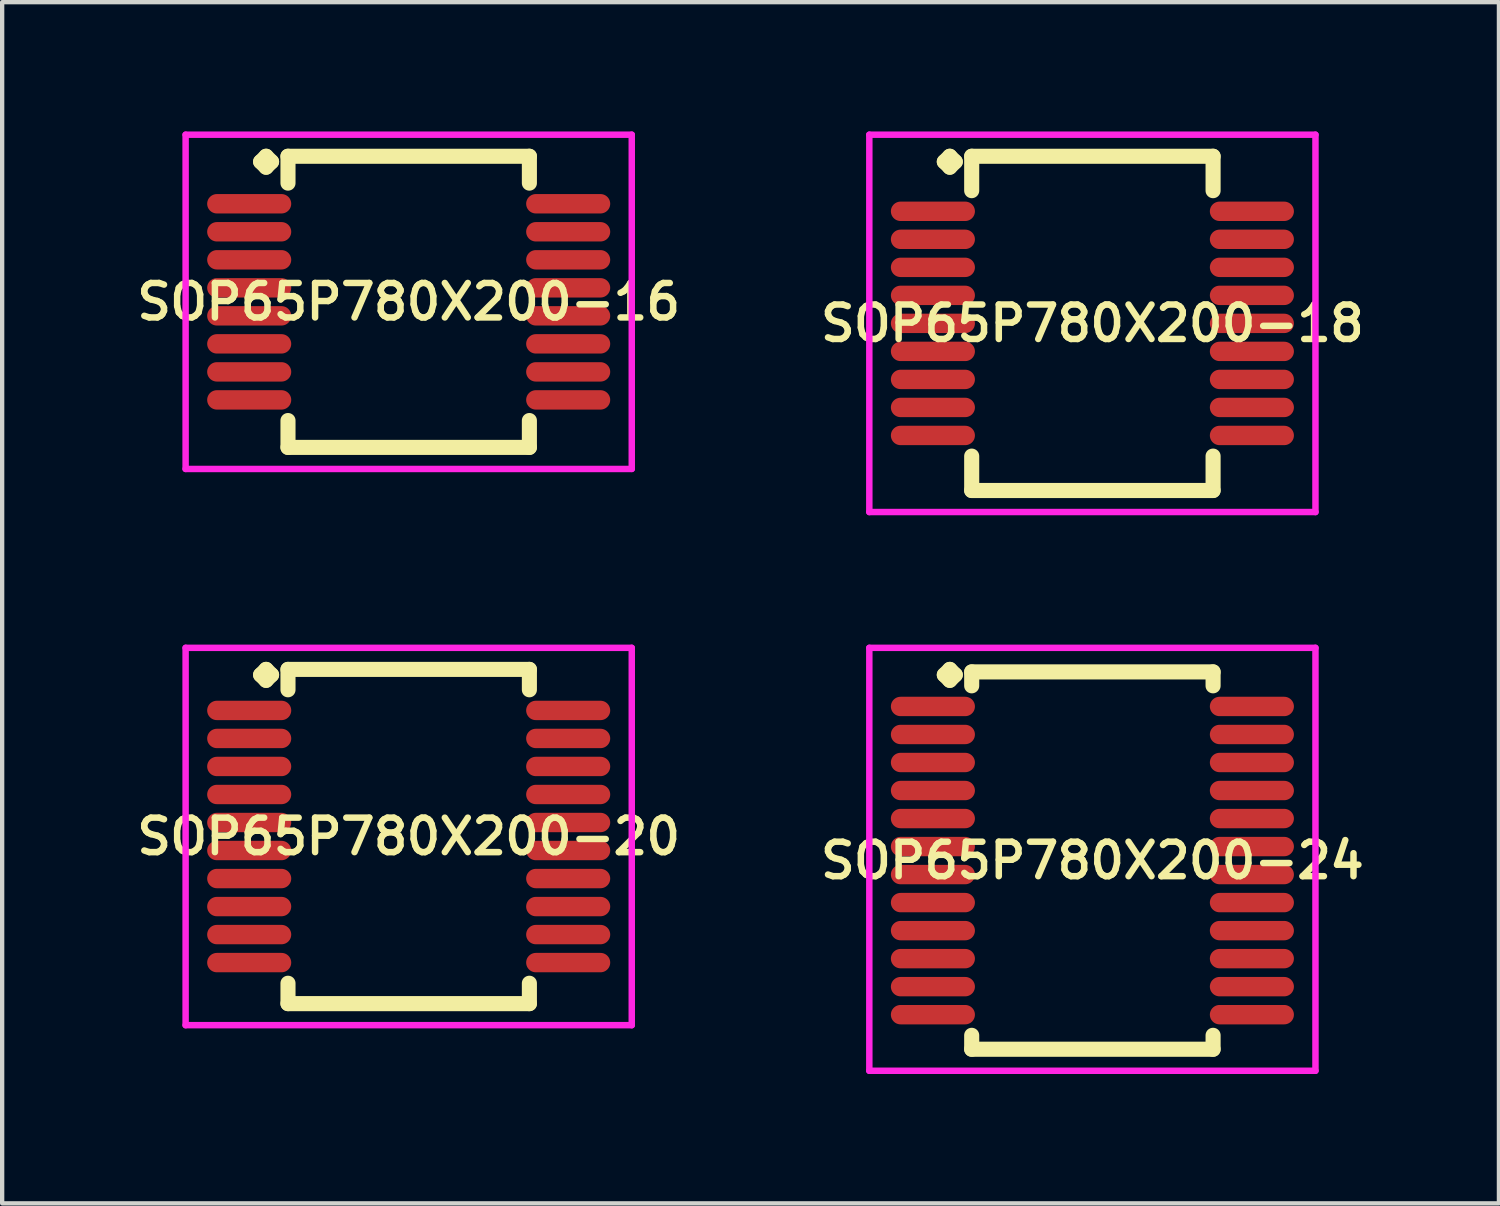
<source format=kicad_pcb>
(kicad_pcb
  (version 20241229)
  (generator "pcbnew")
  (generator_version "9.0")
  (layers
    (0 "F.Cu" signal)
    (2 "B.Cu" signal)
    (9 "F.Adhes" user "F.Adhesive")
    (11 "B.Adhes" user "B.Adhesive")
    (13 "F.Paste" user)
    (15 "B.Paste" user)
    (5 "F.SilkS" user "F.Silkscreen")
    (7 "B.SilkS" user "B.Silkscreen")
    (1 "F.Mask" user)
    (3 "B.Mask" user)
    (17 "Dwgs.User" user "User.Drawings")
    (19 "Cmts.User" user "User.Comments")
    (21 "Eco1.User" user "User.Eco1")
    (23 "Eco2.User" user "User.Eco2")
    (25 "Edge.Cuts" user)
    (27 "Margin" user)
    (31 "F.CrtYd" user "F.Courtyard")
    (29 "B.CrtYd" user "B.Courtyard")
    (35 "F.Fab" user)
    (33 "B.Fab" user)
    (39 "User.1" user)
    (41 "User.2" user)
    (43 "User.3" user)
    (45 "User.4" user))
  (footprint "SOP65P780X200-16"
    (layer "F.Cu")
    (at 6.431 3.952)
    (property "Reference" "SOP65P780X200-16" (at 0 0 0) (layer "F.SilkS") (effects (font (size 0.8 0.8) (thickness 0.15))))
    (attr through_hole)
    (fp_line (start -3.435 -3.25) (end -3.308 -3.377) (stroke (width 0.35) (type solid)) (layer "F.SilkS"))
    (fp_line (start -3.308 -3.377) (end -3.181 -3.25) (stroke (width 0.35) (type solid)) (layer "F.SilkS"))
    (fp_line (start -3.308 -3.123) (end -3.435 -3.25) (stroke (width 0.35) (type solid)) (layer "F.SilkS"))
    (fp_line (start -3.181 -3.25) (end -3.308 -3.123) (stroke (width 0.35) (type solid)) (layer "F.SilkS"))
    (fp_line (start -2.8 -3.377) (end 2.8 -3.377) (stroke (width 0.35) (type solid)) (layer "F.SilkS"))
    (fp_line (start -2.8 -2.754) (end -2.8 -3.377) (stroke (width 0.35) (type solid)) (layer "F.SilkS"))
    (fp_line (start -2.8 2.754) (end -2.8 3.377) (stroke (width 0.35) (type solid)) (layer "F.SilkS"))
    (fp_line (start -2.8 3.377) (end 2.8 3.377) (stroke (width 0.35) (type solid)) (layer "F.SilkS"))
    (fp_line (start 2.8 -3.377) (end 2.8 -2.754) (stroke (width 0.35) (type solid)) (layer "F.SilkS"))
    (fp_line (start 2.8 3.377) (end 2.8 2.754) (stroke (width 0.35) (type solid)) (layer "F.SilkS"))
    (fp_line (start -5.175 -3.877) (end 5.175 -3.877) (stroke (width 0.15) (type solid)) (layer "F.CrtYd"))
    (fp_line (start -5.175 3.877) (end -5.175 -3.877) (stroke (width 0.15) (type solid)) (layer "F.CrtYd"))
    (fp_line (start 5.175 -3.877) (end 5.175 3.877) (stroke (width 0.15) (type solid)) (layer "F.CrtYd"))
    (fp_line (start 5.175 3.877) (end -5.175 3.877) (stroke (width 0.15) (type solid)) (layer "F.CrtYd"))
    (pad "1" smd oval (at -3.7 -2.275) (size 1.95 0.45) (layers "F.Cu" "F.Mask" "F.Paste"))
    (pad "2" smd oval (at -3.7 -1.625) (size 1.95 0.45) (layers "F.Cu" "F.Mask" "F.Paste"))
    (pad "3" smd oval (at -3.7 -0.975) (size 1.95 0.45) (layers "F.Cu" "F.Mask" "F.Paste"))
    (pad "4" smd oval (at -3.7 -0.325) (size 1.95 0.45) (layers "F.Cu" "F.Mask" "F.Paste"))
    (pad "5" smd oval (at -3.7 0.325) (size 1.95 0.45) (layers "F.Cu" "F.Mask" "F.Paste"))
    (pad "6" smd oval (at -3.7 0.975) (size 1.95 0.45) (layers "F.Cu" "F.Mask" "F.Paste"))
    (pad "7" smd oval (at -3.7 1.625) (size 1.95 0.45) (layers "F.Cu" "F.Mask" "F.Paste"))
    (pad "8" smd oval (at -3.7 2.275) (size 1.95 0.45) (layers "F.Cu" "F.Mask" "F.Paste"))
    (pad "9" smd oval (at 3.7 2.275) (size 1.95 0.45) (layers "F.Cu" "F.Mask" "F.Paste"))
    (pad "10" smd oval (at 3.7 1.625) (size 1.95 0.45) (layers "F.Cu" "F.Mask" "F.Paste"))
    (pad "11" smd oval (at 3.7 0.975) (size 1.95 0.45) (layers "F.Cu" "F.Mask" "F.Paste"))
    (pad "12" smd oval (at 3.7 0.325) (size 1.95 0.45) (layers "F.Cu" "F.Mask" "F.Paste"))
    (pad "13" smd oval (at 3.7 -0.325) (size 1.95 0.45) (layers "F.Cu" "F.Mask" "F.Paste"))
    (pad "14" smd oval (at 3.7 -0.975) (size 1.95 0.45) (layers "F.Cu" "F.Mask" "F.Paste"))
    (pad "15" smd oval (at 3.7 -1.625) (size 1.95 0.45) (layers "F.Cu" "F.Mask" "F.Paste"))
    (pad "16" smd oval (at 3.7 -2.275) (size 1.95 0.45) (layers "F.Cu" "F.Mask" "F.Paste")))
  (footprint "SOP65P780X200-18"
    (layer "F.Cu")
    (at 22.292 4.452)
    (property "Reference" "SOP65P780X200-18" (at 0 0 0) (layer "F.SilkS") (effects (font (size 0.8 0.8) (thickness 0.15))))
    (attr smd)
    (fp_line (start -3.435 -3.75) (end -3.308 -3.877) (stroke (width 0.35) (type solid)) (layer "F.SilkS"))
    (fp_line (start -3.308 -3.877) (end -3.181 -3.75) (stroke (width 0.35) (type solid)) (layer "F.SilkS"))
    (fp_line (start -3.308 -3.623) (end -3.435 -3.75) (stroke (width 0.35) (type solid)) (layer "F.SilkS"))
    (fp_line (start -3.181 -3.75) (end -3.308 -3.623) (stroke (width 0.35) (type solid)) (layer "F.SilkS"))
    (fp_line (start -2.8 -3.877) (end 2.8 -3.877) (stroke (width 0.35) (type solid)) (layer "F.SilkS"))
    (fp_line (start -2.8 -3.079) (end -2.8 -3.877) (stroke (width 0.35) (type solid)) (layer "F.SilkS"))
    (fp_line (start -2.8 3.079) (end -2.8 3.877) (stroke (width 0.35) (type solid)) (layer "F.SilkS"))
    (fp_line (start -2.8 3.877) (end 2.8 3.877) (stroke (width 0.35) (type solid)) (layer "F.SilkS"))
    (fp_line (start 2.8 -3.877) (end 2.8 -3.079) (stroke (width 0.35) (type solid)) (layer "F.SilkS"))
    (fp_line (start 2.8 3.877) (end 2.8 3.079) (stroke (width 0.35) (type solid)) (layer "F.SilkS"))
    (fp_line (start -5.175 -4.377) (end 5.175 -4.377) (stroke (width 0.15) (type solid)) (layer "F.CrtYd"))
    (fp_line (start -5.175 4.377) (end -5.175 -4.377) (stroke (width 0.15) (type solid)) (layer "F.CrtYd"))
    (fp_line (start 5.175 -4.377) (end 5.175 4.377) (stroke (width 0.15) (type solid)) (layer "F.CrtYd"))
    (fp_line (start 5.175 4.377) (end -5.175 4.377) (stroke (width 0.15) (type solid)) (layer "F.CrtYd"))
    (pad "1" smd oval (at -3.7 -2.6) (size 1.95 0.45) (layers "F.Cu" "F.Mask" "F.Paste"))
    (pad "2" smd oval (at -3.7 -1.95) (size 1.95 0.45) (layers "F.Cu" "F.Mask" "F.Paste"))
    (pad "3" smd oval (at -3.7 -1.3) (size 1.95 0.45) (layers "F.Cu" "F.Mask" "F.Paste"))
    (pad "4" smd oval (at -3.7 -0.65) (size 1.95 0.45) (layers "F.Cu" "F.Mask" "F.Paste"))
    (pad "5" smd oval (at -3.7 0) (size 1.95 0.45) (layers "F.Cu" "F.Mask" "F.Paste"))
    (pad "6" smd oval (at -3.7 0.65) (size 1.95 0.45) (layers "F.Cu" "F.Mask" "F.Paste"))
    (pad "7" smd oval (at -3.7 1.3) (size 1.95 0.45) (layers "F.Cu" "F.Mask" "F.Paste"))
    (pad "8" smd oval (at -3.7 1.95) (size 1.95 0.45) (layers "F.Cu" "F.Mask" "F.Paste"))
    (pad "9" smd oval (at -3.7 2.6) (size 1.95 0.45) (layers "F.Cu" "F.Mask" "F.Paste"))
    (pad "10" smd oval (at 3.7 2.6) (size 1.95 0.45) (layers "F.Cu" "F.Mask" "F.Paste"))
    (pad "11" smd oval (at 3.7 1.95) (size 1.95 0.45) (layers "F.Cu" "F.Mask" "F.Paste"))
    (pad "12" smd oval (at 3.7 1.3) (size 1.95 0.45) (layers "F.Cu" "F.Mask" "F.Paste"))
    (pad "13" smd oval (at 3.7 0.65) (size 1.95 0.45) (layers "F.Cu" "F.Mask" "F.Paste"))
    (pad "14" smd oval (at 3.7 0) (size 1.95 0.45) (layers "F.Cu" "F.Mask" "F.Paste"))
    (pad "15" smd oval (at 3.7 -0.65) (size 1.95 0.45) (layers "F.Cu" "F.Mask" "F.Paste"))
    (pad "16" smd oval (at 3.7 -1.3) (size 1.95 0.45) (layers "F.Cu" "F.Mask" "F.Paste"))
    (pad "17" smd oval (at 3.7 -1.95) (size 1.95 0.45) (layers "F.Cu" "F.Mask" "F.Paste"))
    (pad "18" smd oval (at 3.7 -2.6) (size 1.95 0.45) (layers "F.Cu" "F.Mask" "F.Paste")))
  (footprint "SOP65P780X200-20"
    (layer "F.Cu")
    (at 6.431 16.356)
    (property "Reference" "SOP65P780X200-20" (at 0 0 0) (layer "F.SilkS") (effects (font (size 0.8 0.8) (thickness 0.15))))
    (attr smd)
    (fp_line (start -3.435 -3.75) (end -3.308 -3.877) (stroke (width 0.35) (type solid)) (layer "F.SilkS"))
    (fp_line (start -3.308 -3.877) (end -3.181 -3.75) (stroke (width 0.35) (type solid)) (layer "F.SilkS"))
    (fp_line (start -3.308 -3.623) (end -3.435 -3.75) (stroke (width 0.35) (type solid)) (layer "F.SilkS"))
    (fp_line (start -3.181 -3.75) (end -3.308 -3.623) (stroke (width 0.35) (type solid)) (layer "F.SilkS"))
    (fp_line (start -2.8 -3.877) (end 2.8 -3.877) (stroke (width 0.35) (type solid)) (layer "F.SilkS"))
    (fp_line (start -2.8 -3.404) (end -2.8 -3.877) (stroke (width 0.35) (type solid)) (layer "F.SilkS"))
    (fp_line (start -2.8 3.404) (end -2.8 3.877) (stroke (width 0.35) (type solid)) (layer "F.SilkS"))
    (fp_line (start -2.8 3.877) (end 2.8 3.877) (stroke (width 0.35) (type solid)) (layer "F.SilkS"))
    (fp_line (start 2.8 -3.877) (end 2.8 -3.404) (stroke (width 0.35) (type solid)) (layer "F.SilkS"))
    (fp_line (start 2.8 3.877) (end 2.8 3.404) (stroke (width 0.35) (type solid)) (layer "F.SilkS"))
    (fp_line (start -5.175 -4.377) (end 5.175 -4.377) (stroke (width 0.15) (type solid)) (layer "F.CrtYd"))
    (fp_line (start -5.175 4.377) (end -5.175 -4.377) (stroke (width 0.15) (type solid)) (layer "F.CrtYd"))
    (fp_line (start 5.175 -4.377) (end 5.175 4.377) (stroke (width 0.15) (type solid)) (layer "F.CrtYd"))
    (fp_line (start 5.175 4.377) (end -5.175 4.377) (stroke (width 0.15) (type solid)) (layer "F.CrtYd"))
    (pad "1" smd oval (at -3.7 -2.925) (size 1.95 0.45) (layers "F.Cu" "F.Mask" "F.Paste"))
    (pad "2" smd oval (at -3.7 -2.275) (size 1.95 0.45) (layers "F.Cu" "F.Mask" "F.Paste"))
    (pad "3" smd oval (at -3.7 -1.625) (size 1.95 0.45) (layers "F.Cu" "F.Mask" "F.Paste"))
    (pad "4" smd oval (at -3.7 -0.975) (size 1.95 0.45) (layers "F.Cu" "F.Mask" "F.Paste"))
    (pad "5" smd oval (at -3.7 -0.325) (size 1.95 0.45) (layers "F.Cu" "F.Mask" "F.Paste"))
    (pad "6" smd oval (at -3.7 0.325) (size 1.95 0.45) (layers "F.Cu" "F.Mask" "F.Paste"))
    (pad "7" smd oval (at -3.7 0.975) (size 1.95 0.45) (layers "F.Cu" "F.Mask" "F.Paste"))
    (pad "8" smd oval (at -3.7 1.625) (size 1.95 0.45) (layers "F.Cu" "F.Mask" "F.Paste"))
    (pad "9" smd oval (at -3.7 2.275) (size 1.95 0.45) (layers "F.Cu" "F.Mask" "F.Paste"))
    (pad "10" smd oval (at -3.7 2.925) (size 1.95 0.45) (layers "F.Cu" "F.Mask" "F.Paste"))
    (pad "11" smd oval (at 3.7 2.925) (size 1.95 0.45) (layers "F.Cu" "F.Mask" "F.Paste"))
    (pad "12" smd oval (at 3.7 2.275) (size 1.95 0.45) (layers "F.Cu" "F.Mask" "F.Paste"))
    (pad "13" smd oval (at 3.7 1.625) (size 1.95 0.45) (layers "F.Cu" "F.Mask" "F.Paste"))
    (pad "14" smd oval (at 3.7 0.975) (size 1.95 0.45) (layers "F.Cu" "F.Mask" "F.Paste"))
    (pad "15" smd oval (at 3.7 0.325) (size 1.95 0.45) (layers "F.Cu" "F.Mask" "F.Paste"))
    (pad "16" smd oval (at 3.7 -0.325) (size 1.95 0.45) (layers "F.Cu" "F.Mask" "F.Paste"))
    (pad "17" smd oval (at 3.7 -0.975) (size 1.95 0.45) (layers "F.Cu" "F.Mask" "F.Paste"))
    (pad "18" smd oval (at 3.7 -1.625) (size 1.95 0.45) (layers "F.Cu" "F.Mask" "F.Paste"))
    (pad "19" smd oval (at 3.7 -2.275) (size 1.95 0.45) (layers "F.Cu" "F.Mask" "F.Paste"))
    (pad "20" smd oval (at 3.7 -2.925) (size 1.95 0.45) (layers "F.Cu" "F.Mask" "F.Paste")))
  (footprint "SOP65P780X200-24"
    (layer "F.Cu")
    (at 22.292 16.914)
    (property "Reference" "SOP65P780X200-24" (at 0 0 0) (layer "F.SilkS") (effects (font (size 0.8 0.8) (thickness 0.15))))
    (attr through_hole)
    (fp_line (start -3.435 -4.308) (end -3.308 -4.435) (stroke (width 0.35) (type solid)) (layer "F.SilkS"))
    (fp_line (start -3.308 -4.435) (end -3.181 -4.308) (stroke (width 0.35) (type solid)) (layer "F.SilkS"))
    (fp_line (start -3.308 -4.181) (end -3.435 -4.308) (stroke (width 0.35) (type solid)) (layer "F.SilkS"))
    (fp_line (start -3.181 -4.308) (end -3.308 -4.181) (stroke (width 0.35) (type solid)) (layer "F.SilkS"))
    (fp_line (start -2.8 -4.377) (end 2.8 -4.377) (stroke (width 0.35) (type solid)) (layer "F.SilkS"))
    (fp_line (start -2.8 -4.054) (end -2.8 -4.377) (stroke (width 0.35) (type solid)) (layer "F.SilkS"))
    (fp_line (start -2.8 4.054) (end -2.8 4.377) (stroke (width 0.35) (type solid)) (layer "F.SilkS"))
    (fp_line (start -2.8 4.377) (end 2.8 4.377) (stroke (width 0.35) (type solid)) (layer "F.SilkS"))
    (fp_line (start 2.8 -4.377) (end 2.8 -4.054) (stroke (width 0.35) (type solid)) (layer "F.SilkS"))
    (fp_line (start 2.8 4.377) (end 2.8 4.054) (stroke (width 0.35) (type solid)) (layer "F.SilkS"))
    (fp_line (start -5.175 -4.935) (end 5.175 -4.935) (stroke (width 0.15) (type solid)) (layer "F.CrtYd"))
    (fp_line (start -5.175 4.877) (end -5.175 -4.935) (stroke (width 0.15) (type solid)) (layer "F.CrtYd"))
    (fp_line (start 5.175 -4.935) (end 5.175 4.877) (stroke (width 0.15) (type solid)) (layer "F.CrtYd"))
    (fp_line (start 5.175 4.877) (end -5.175 4.877) (stroke (width 0.15) (type solid)) (layer "F.CrtYd"))
    (pad "1" smd oval (at -3.7 -3.575) (size 1.95 0.45) (layers "F.Cu" "F.Mask" "F.Paste"))
    (pad "2" smd oval (at -3.7 -2.925) (size 1.95 0.45) (layers "F.Cu" "F.Mask" "F.Paste"))
    (pad "3" smd oval (at -3.7 -2.275) (size 1.95 0.45) (layers "F.Cu" "F.Mask" "F.Paste"))
    (pad "4" smd oval (at -3.7 -1.625) (size 1.95 0.45) (layers "F.Cu" "F.Mask" "F.Paste"))
    (pad "5" smd oval (at -3.7 -0.975) (size 1.95 0.45) (layers "F.Cu" "F.Mask" "F.Paste"))
    (pad "6" smd oval (at -3.7 -0.325) (size 1.95 0.45) (layers "F.Cu" "F.Mask" "F.Paste"))
    (pad "7" smd oval (at -3.7 0.325) (size 1.95 0.45) (layers "F.Cu" "F.Mask" "F.Paste"))
    (pad "8" smd oval (at -3.7 0.975) (size 1.95 0.45) (layers "F.Cu" "F.Mask" "F.Paste"))
    (pad "9" smd oval (at -3.7 1.625) (size 1.95 0.45) (layers "F.Cu" "F.Mask" "F.Paste"))
    (pad "10" smd oval (at -3.7 2.275) (size 1.95 0.45) (layers "F.Cu" "F.Mask" "F.Paste"))
    (pad "11" smd oval (at -3.7 2.925) (size 1.95 0.45) (layers "F.Cu" "F.Mask" "F.Paste"))
    (pad "12" smd oval (at -3.7 3.575) (size 1.95 0.45) (layers "F.Cu" "F.Mask" "F.Paste"))
    (pad "13" smd oval (at 3.7 3.575) (size 1.95 0.45) (layers "F.Cu" "F.Mask" "F.Paste"))
    (pad "14" smd oval (at 3.7 2.925) (size 1.95 0.45) (layers "F.Cu" "F.Mask" "F.Paste"))
    (pad "15" smd oval (at 3.7 2.275) (size 1.95 0.45) (layers "F.Cu" "F.Mask" "F.Paste"))
    (pad "16" smd oval (at 3.7 1.625) (size 1.95 0.45) (layers "F.Cu" "F.Mask" "F.Paste"))
    (pad "17" smd oval (at 3.7 0.975) (size 1.95 0.45) (layers "F.Cu" "F.Mask" "F.Paste"))
    (pad "18" smd oval (at 3.7 0.325) (size 1.95 0.45) (layers "F.Cu" "F.Mask" "F.Paste"))
    (pad "19" smd oval (at 3.7 -0.325) (size 1.95 0.45) (layers "F.Cu" "F.Mask" "F.Paste"))
    (pad "20" smd oval (at 3.7 -0.975) (size 1.95 0.45) (layers "F.Cu" "F.Mask" "F.Paste"))
    (pad "21" smd oval (at 3.7 -1.625) (size 1.95 0.45) (layers "F.Cu" "F.Mask" "F.Paste"))
    (pad "22" smd oval (at 3.7 -2.275) (size 1.95 0.45) (layers "F.Cu" "F.Mask" "F.Paste"))
    (pad "23" smd oval (at 3.7 -2.925) (size 1.95 0.45) (layers "F.Cu" "F.Mask" "F.Paste"))
    (pad "24" smd oval (at 3.7 -3.575) (size 1.95 0.45) (layers "F.Cu" "F.Mask" "F.Paste")))
  (gr_rect
    (start -3 -3)
    (end 31.723 24.866)
    (stroke (width 0.1) (type default))
    (fill no)
    (layer "Edge.Cuts")))
</source>
